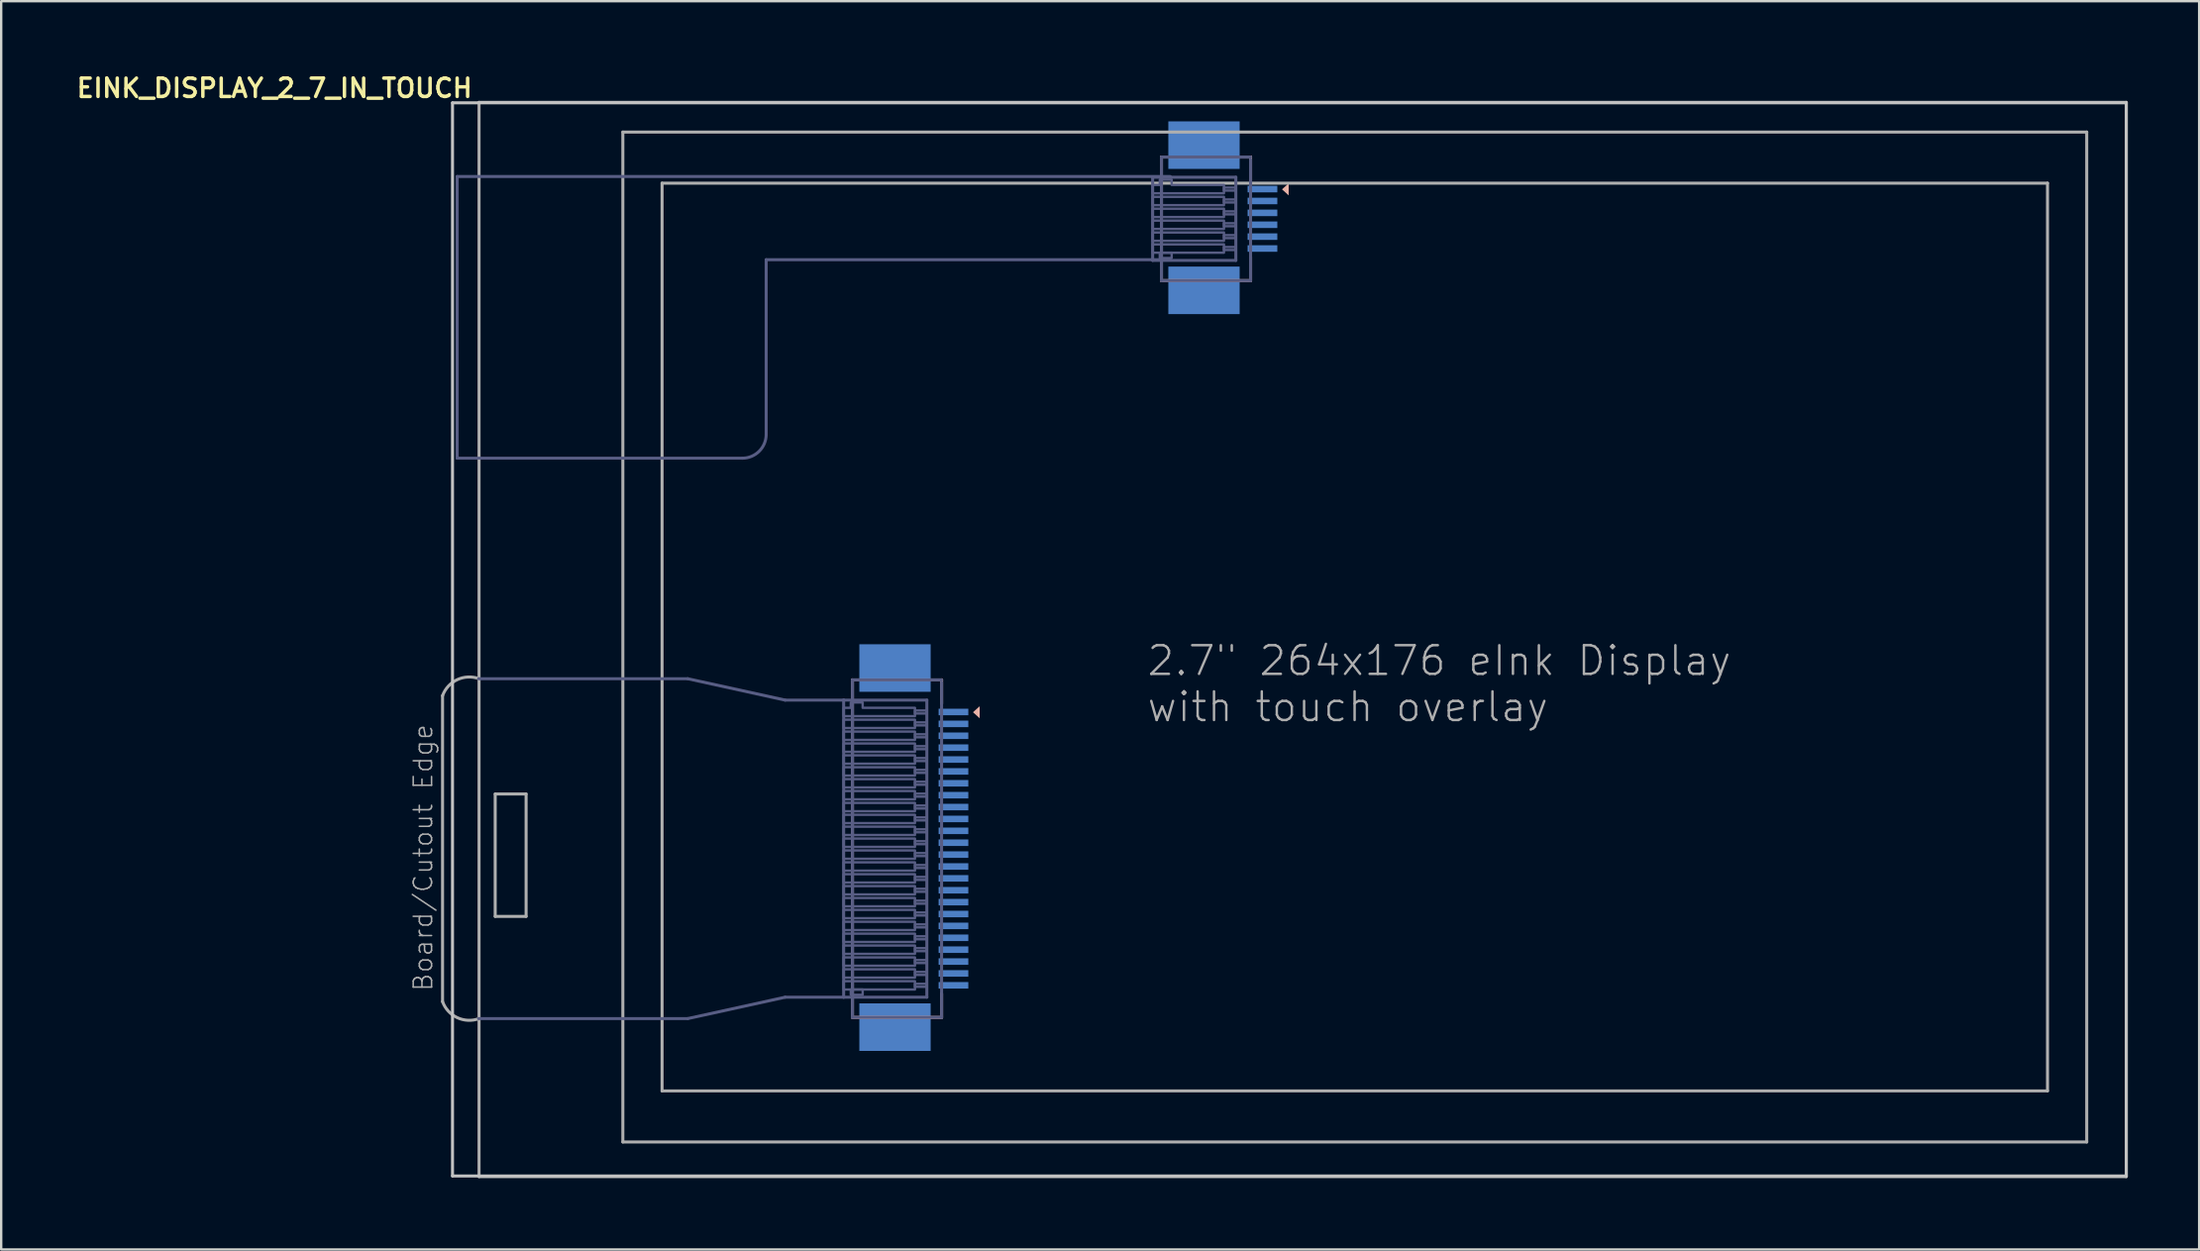
<source format=kicad_pcb>
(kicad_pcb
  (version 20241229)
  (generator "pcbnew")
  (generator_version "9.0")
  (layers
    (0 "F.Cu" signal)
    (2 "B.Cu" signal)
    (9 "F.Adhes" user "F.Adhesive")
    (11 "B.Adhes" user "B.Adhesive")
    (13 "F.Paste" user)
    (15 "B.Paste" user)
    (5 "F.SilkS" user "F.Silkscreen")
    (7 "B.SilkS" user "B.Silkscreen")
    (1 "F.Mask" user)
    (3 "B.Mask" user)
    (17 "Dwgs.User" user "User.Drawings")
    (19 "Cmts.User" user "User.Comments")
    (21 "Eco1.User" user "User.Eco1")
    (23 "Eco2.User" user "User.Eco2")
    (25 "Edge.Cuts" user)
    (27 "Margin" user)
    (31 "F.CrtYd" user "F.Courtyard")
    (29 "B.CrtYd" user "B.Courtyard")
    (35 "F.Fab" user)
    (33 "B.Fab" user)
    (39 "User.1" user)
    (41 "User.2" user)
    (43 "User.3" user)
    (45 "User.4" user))
  (footprint "EINK_DISPLAY_2_7_IN_TOUCH"
    (layer "F.Cu")
    (at 17.184 1.227)
    (property "Reference" "EINK_DISPLAY_2_7_IN_TOUCH" (at -0.28 -1.021 0) (layer "F.SilkS") (effects (font (size 0.772 0.772) (thickness 0.146)) (justify right top)))
    (attr through_hole)
    (fp_line (start 15.63 24.329) (end 15.63 38.529) (stroke (width 0.127) (type solid)) (layer "B.SilkS"))
    (fp_line (start 15.63 38.529) (end 19.38 38.529) (stroke (width 0.127) (type solid)) (layer "B.SilkS"))
    (fp_line (start 19.38 24.329) (end 15.63 24.329) (stroke (width 0.127) (type solid)) (layer "B.SilkS"))
    (fp_line (start 19.38 25.329) (end 19.38 24.329) (stroke (width 0.127) (type solid)) (layer "B.SilkS"))
    (fp_line (start 19.38 38.529) (end 19.38 37.529) (stroke (width 0.127) (type solid)) (layer "B.SilkS"))
    (fp_line (start 28.63 2.329) (end 28.63 7.529) (stroke (width 0.127) (type solid)) (layer "B.SilkS"))
    (fp_line (start 28.63 7.529) (end 32.38 7.529) (stroke (width 0.127) (type solid)) (layer "B.SilkS"))
    (fp_line (start 32.38 2.329) (end 28.63 2.329) (stroke (width 0.127) (type solid)) (layer "B.SilkS"))
    (fp_line (start 32.38 3.329) (end 32.38 2.329) (stroke (width 0.127) (type solid)) (layer "B.SilkS"))
    (fp_line (start 32.38 7.529) (end 32.38 6.529) (stroke (width 0.127) (type solid)) (layer "B.SilkS"))
    (fp_poly (pts (xy 20.983 25.435) (xy 20.983 25.943) (xy 20.702 25.689)) (stroke (width 0) (type solid)) (fill yes) (layer "B.SilkS"))
    (fp_poly (pts (xy 33.983 3.435) (xy 33.983 3.943) (xy 33.702 3.689)) (stroke (width 0) (type solid)) (fill yes) (layer "B.SilkS"))
    (fp_line (start -1.196 0.049) (end -1.196 45.201) (stroke (width 0.127) (type solid)) (layer "Dwgs.User"))
    (fp_line (start -1.196 45.201) (end 69.224 45.201) (stroke (width 0.127) (type solid)) (layer "Dwgs.User"))
    (fp_line (start 69.224 0.049) (end -1.196 0.049) (stroke (width 0.127) (type solid)) (layer "Dwgs.User"))
    (fp_line (start 69.224 45.201) (end 69.224 0.049) (stroke (width 0.127) (type solid)) (layer "Dwgs.User"))
    (fp_line (start -1 3.15) (end -1 15) (stroke (width 0.127) (type solid)) (layer "B.Fab"))
    (fp_line (start -1 3.15) (end 29 3.15) (stroke (width 0.127) (type solid)) (layer "B.Fab"))
    (fp_line (start -1 15) (end 11 15) (stroke (width 0.127) (type solid)) (layer "B.Fab"))
    (fp_line (start -0.1 24.279) (end 8.7 24.279) (stroke (width 0.127) (type solid)) (layer "B.Fab"))
    (fp_line (start -0.1 38.579) (end 8.7 38.579) (stroke (width 0.127) (type solid)) (layer "B.Fab"))
    (fp_line (start 8.7 24.279) (end 12.8 25.179) (stroke (width 0.127) (type solid)) (layer "B.Fab"))
    (fp_line (start 8.7 38.579) (end 12.8 37.679) (stroke (width 0.127) (type solid)) (layer "B.Fab"))
    (fp_line (start 12 6.65) (end 29 6.65) (stroke (width 0.127) (type solid)) (layer "B.Fab"))
    (fp_line (start 12 14) (end 12 6.65) (stroke (width 0.127) (type solid)) (layer "B.Fab"))
    (fp_line (start 12.8 25.179) (end 15.26 25.179) (stroke (width 0.127) (type solid)) (layer "B.Fab"))
    (fp_line (start 15.26 25.179) (end 18.76 25.179) (stroke (width 0.127) (type solid)) (layer "B.Fab"))
    (fp_line (start 15.26 37.679) (end 12.8 37.679) (stroke (width 0.127) (type solid)) (layer "B.Fab"))
    (fp_line (start 15.26 37.679) (end 15.26 25.179) (stroke (width 0.127) (type solid)) (layer "B.Fab"))
    (fp_line (start 15.63 24.329) (end 19.38 24.329) (stroke (width 0.127) (type solid)) (layer "B.Fab"))
    (fp_line (start 15.63 38.529) (end 15.63 24.329) (stroke (width 0.127) (type solid)) (layer "B.Fab"))
    (fp_line (start 18.76 25.179) (end 18.76 37.679) (stroke (width 0.127) (type solid)) (layer "B.Fab"))
    (fp_line (start 18.76 37.679) (end 15.26 37.679) (stroke (width 0.127) (type solid)) (layer "B.Fab"))
    (fp_line (start 19.38 24.429) (end 19.38 38.529) (stroke (width 0.127) (type solid)) (layer "B.Fab"))
    (fp_line (start 19.38 38.529) (end 15.63 38.529) (stroke (width 0.127) (type solid)) (layer "B.Fab"))
    (fp_line (start 28.26 3.179) (end 31.76 3.179) (stroke (width 0.127) (type solid)) (layer "B.Fab"))
    (fp_line (start 28.26 6.679) (end 28.26 3.179) (stroke (width 0.127) (type solid)) (layer "B.Fab"))
    (fp_line (start 28.63 2.329) (end 32.38 2.329) (stroke (width 0.127) (type solid)) (layer "B.Fab"))
    (fp_line (start 28.63 7.529) (end 28.63 2.329) (stroke (width 0.127) (type solid)) (layer "B.Fab"))
    (fp_line (start 31.76 3.179) (end 31.76 6.679) (stroke (width 0.127) (type solid)) (layer "B.Fab"))
    (fp_line (start 31.76 6.679) (end 28.26 6.679) (stroke (width 0.127) (type solid)) (layer "B.Fab"))
    (fp_line (start 32.38 2.429) (end 32.38 7.529) (stroke (width 0.127) (type solid)) (layer "B.Fab"))
    (fp_line (start 32.38 7.529) (end 28.63 7.529) (stroke (width 0.127) (type solid)) (layer "B.Fab"))
    (fp_arc (start 12 14) (mid 11.707107 14.707107) (end 11 15) (stroke (width 0.127) (type solid)) (layer "B.Fab"))
    (fp_poly (pts (xy 15.26 26.354) (xy 18.26 26.354) (xy 18.26 26.004) (xy 15.26 26.004)) (stroke (width 0.1) (type solid)) (fill no) (layer "B.Fab"))
    (fp_poly (pts (xy 15.26 26.854) (xy 18.26 26.854) (xy 18.26 26.504) (xy 15.26 26.504)) (stroke (width 0.1) (type solid)) (fill no) (layer "B.Fab"))
    (fp_poly (pts (xy 15.26 27.354) (xy 18.26 27.354) (xy 18.26 27.004) (xy 15.26 27.004)) (stroke (width 0.1) (type solid)) (fill no) (layer "B.Fab"))
    (fp_poly (pts (xy 15.26 27.854) (xy 18.26 27.854) (xy 18.26 27.504) (xy 15.26 27.504)) (stroke (width 0.1) (type solid)) (fill no) (layer "B.Fab"))
    (fp_poly (pts (xy 15.26 28.354) (xy 18.26 28.354) (xy 18.26 28.004) (xy 15.26 28.004)) (stroke (width 0.1) (type solid)) (fill no) (layer "B.Fab"))
    (fp_poly (pts (xy 15.26 28.854) (xy 18.26 28.854) (xy 18.26 28.504) (xy 15.26 28.504)) (stroke (width 0.1) (type solid)) (fill no) (layer "B.Fab"))
    (fp_poly (pts (xy 15.26 29.354) (xy 18.26 29.354) (xy 18.26 29.004) (xy 15.26 29.004)) (stroke (width 0.1) (type solid)) (fill no) (layer "B.Fab"))
    (fp_poly (pts (xy 15.26 29.854) (xy 18.26 29.854) (xy 18.26 29.504) (xy 15.26 29.504)) (stroke (width 0.1) (type solid)) (fill no) (layer "B.Fab"))
    (fp_poly (pts (xy 15.26 30.354) (xy 18.26 30.354) (xy 18.26 30.004) (xy 15.26 30.004)) (stroke (width 0.1) (type solid)) (fill no) (layer "B.Fab"))
    (fp_poly (pts (xy 15.26 30.854) (xy 18.26 30.854) (xy 18.26 30.504) (xy 15.26 30.504)) (stroke (width 0.1) (type solid)) (fill no) (layer "B.Fab"))
    (fp_poly (pts (xy 15.26 31.354) (xy 18.26 31.354) (xy 18.26 31.004) (xy 15.26 31.004)) (stroke (width 0.1) (type solid)) (fill no) (layer "B.Fab"))
    (fp_poly (pts (xy 15.26 31.854) (xy 18.26 31.854) (xy 18.26 31.504) (xy 15.26 31.504)) (stroke (width 0.1) (type solid)) (fill no) (layer "B.Fab"))
    (fp_poly (pts (xy 15.26 32.354) (xy 18.26 32.354) (xy 18.26 32.004) (xy 15.26 32.004)) (stroke (width 0.1) (type solid)) (fill no) (layer "B.Fab"))
    (fp_poly (pts (xy 15.26 32.854) (xy 18.26 32.854) (xy 18.26 32.504) (xy 15.26 32.504)) (stroke (width 0.1) (type solid)) (fill no) (layer "B.Fab"))
    (fp_poly (pts (xy 15.26 33.354) (xy 18.26 33.354) (xy 18.26 33.004) (xy 15.26 33.004)) (stroke (width 0.1) (type solid)) (fill no) (layer "B.Fab"))
    (fp_poly (pts (xy 15.26 33.854) (xy 18.26 33.854) (xy 18.26 33.504) (xy 15.26 33.504)) (stroke (width 0.1) (type solid)) (fill no) (layer "B.Fab"))
    (fp_poly (pts (xy 15.26 34.354) (xy 18.26 34.354) (xy 18.26 34.004) (xy 15.26 34.004)) (stroke (width 0.1) (type solid)) (fill no) (layer "B.Fab"))
    (fp_poly (pts (xy 15.26 34.854) (xy 18.26 34.854) (xy 18.26 34.504) (xy 15.26 34.504)) (stroke (width 0.1) (type solid)) (fill no) (layer "B.Fab"))
    (fp_poly (pts (xy 15.26 35.354) (xy 18.26 35.354) (xy 18.26 35.004) (xy 15.26 35.004)) (stroke (width 0.1) (type solid)) (fill no) (layer "B.Fab"))
    (fp_poly (pts (xy 15.26 35.854) (xy 18.26 35.854) (xy 18.26 35.504) (xy 15.26 35.504)) (stroke (width 0.1) (type solid)) (fill no) (layer "B.Fab"))
    (fp_poly (pts (xy 15.26 36.354) (xy 18.26 36.354) (xy 18.26 36.004) (xy 15.26 36.004)) (stroke (width 0.1) (type solid)) (fill no) (layer "B.Fab"))
    (fp_poly (pts (xy 15.26 36.854) (xy 18.26 36.854) (xy 18.26 36.504) (xy 15.26 36.504)) (stroke (width 0.1) (type solid)) (fill no) (layer "B.Fab"))
    (fp_poly (pts (xy 15.26 37.354) (xy 18.26 37.354) (xy 18.26 37.004) (xy 15.26 37.004)) (stroke (width 0.1) (type solid)) (fill no) (layer "B.Fab"))
    (fp_poly (pts (xy 15.56 37.579) (xy 16.06 37.579) (xy 16.06 37.354) (xy 15.56 37.354)) (stroke (width 0.1) (type solid)) (fill no) (layer "B.Fab"))
    (fp_poly (pts (xy 18.26 25.616) (xy 18.76 25.616) (xy 18.76 25.741) (xy 18.26 25.741)) (stroke (width 0.1) (type solid)) (fill no) (layer "B.Fab"))
    (fp_poly (pts (xy 18.26 26.116) (xy 18.76 26.116) (xy 18.76 26.241) (xy 18.26 26.241)) (stroke (width 0.1) (type solid)) (fill no) (layer "B.Fab"))
    (fp_poly (pts (xy 18.26 26.616) (xy 18.76 26.616) (xy 18.76 26.741) (xy 18.26 26.741)) (stroke (width 0.1) (type solid)) (fill no) (layer "B.Fab"))
    (fp_poly (pts (xy 18.26 27.116) (xy 18.76 27.116) (xy 18.76 27.241) (xy 18.26 27.241)) (stroke (width 0.1) (type solid)) (fill no) (layer "B.Fab"))
    (fp_poly (pts (xy 18.26 27.616) (xy 18.76 27.616) (xy 18.76 27.741) (xy 18.26 27.741)) (stroke (width 0.1) (type solid)) (fill no) (layer "B.Fab"))
    (fp_poly (pts (xy 18.26 28.116) (xy 18.76 28.116) (xy 18.76 28.241) (xy 18.26 28.241)) (stroke (width 0.1) (type solid)) (fill no) (layer "B.Fab"))
    (fp_poly (pts (xy 18.26 28.616) (xy 18.76 28.616) (xy 18.76 28.741) (xy 18.26 28.741)) (stroke (width 0.1) (type solid)) (fill no) (layer "B.Fab"))
    (fp_poly (pts (xy 18.26 29.116) (xy 18.76 29.116) (xy 18.76 29.241) (xy 18.26 29.241)) (stroke (width 0.1) (type solid)) (fill no) (layer "B.Fab"))
    (fp_poly (pts (xy 18.26 29.616) (xy 18.76 29.616) (xy 18.76 29.741) (xy 18.26 29.741)) (stroke (width 0.1) (type solid)) (fill no) (layer "B.Fab"))
    (fp_poly (pts (xy 18.26 30.116) (xy 18.76 30.116) (xy 18.76 30.241) (xy 18.26 30.241)) (stroke (width 0.1) (type solid)) (fill no) (layer "B.Fab"))
    (fp_poly (pts (xy 18.26 30.616) (xy 18.76 30.616) (xy 18.76 30.741) (xy 18.26 30.741)) (stroke (width 0.1) (type solid)) (fill no) (layer "B.Fab"))
    (fp_poly (pts (xy 18.26 31.116) (xy 18.76 31.116) (xy 18.76 31.241) (xy 18.26 31.241)) (stroke (width 0.1) (type solid)) (fill no) (layer "B.Fab"))
    (fp_poly (pts (xy 18.26 31.616) (xy 18.76 31.616) (xy 18.76 31.741) (xy 18.26 31.741)) (stroke (width 0.1) (type solid)) (fill no) (layer "B.Fab"))
    (fp_poly (pts (xy 18.26 32.117) (xy 18.76 32.117) (xy 18.76 32.242) (xy 18.26 32.242)) (stroke (width 0.1) (type solid)) (fill no) (layer "B.Fab"))
    (fp_poly (pts (xy 18.26 32.617) (xy 18.76 32.617) (xy 18.76 32.742) (xy 18.26 32.742)) (stroke (width 0.1) (type solid)) (fill no) (layer "B.Fab"))
    (fp_poly (pts (xy 18.26 33.117) (xy 18.76 33.117) (xy 18.76 33.242) (xy 18.26 33.242)) (stroke (width 0.1) (type solid)) (fill no) (layer "B.Fab"))
    (fp_poly (pts (xy 18.26 33.617) (xy 18.76 33.617) (xy 18.76 33.742) (xy 18.26 33.742)) (stroke (width 0.1) (type solid)) (fill no) (layer "B.Fab"))
    (fp_poly (pts (xy 18.26 34.117) (xy 18.76 34.117) (xy 18.76 34.242) (xy 18.26 34.242)) (stroke (width 0.1) (type solid)) (fill no) (layer "B.Fab"))
    (fp_poly (pts (xy 18.26 34.617) (xy 18.76 34.617) (xy 18.76 34.742) (xy 18.26 34.742)) (stroke (width 0.1) (type solid)) (fill no) (layer "B.Fab"))
    (fp_poly (pts (xy 18.26 35.117) (xy 18.76 35.117) (xy 18.76 35.242) (xy 18.26 35.242)) (stroke (width 0.1) (type solid)) (fill no) (layer "B.Fab"))
    (fp_poly (pts (xy 18.26 35.617) (xy 18.76 35.617) (xy 18.76 35.742) (xy 18.26 35.742)) (stroke (width 0.1) (type solid)) (fill no) (layer "B.Fab"))
    (fp_poly (pts (xy 18.26 36.117) (xy 18.76 36.117) (xy 18.76 36.242) (xy 18.26 36.242)) (stroke (width 0.1) (type solid)) (fill no) (layer "B.Fab"))
    (fp_poly (pts (xy 18.26 36.617) (xy 18.76 36.617) (xy 18.76 36.742) (xy 18.26 36.742)) (stroke (width 0.1) (type solid)) (fill no) (layer "B.Fab"))
    (fp_poly (pts (xy 18.26 37.117) (xy 18.76 37.117) (xy 18.76 37.242) (xy 18.26 37.242)) (stroke (width 0.1) (type solid)) (fill no) (layer "B.Fab"))
    (fp_poly (pts (xy 28.26 4.354) (xy 31.26 4.354) (xy 31.26 4.004) (xy 28.26 4.004)) (stroke (width 0.1) (type solid)) (fill no) (layer "B.Fab"))
    (fp_poly (pts (xy 28.26 4.854) (xy 31.26 4.854) (xy 31.26 4.504) (xy 28.26 4.504)) (stroke (width 0.1) (type solid)) (fill no) (layer "B.Fab"))
    (fp_poly (pts (xy 28.26 5.354) (xy 31.26 5.354) (xy 31.26 5.004) (xy 28.26 5.004)) (stroke (width 0.1) (type solid)) (fill no) (layer "B.Fab"))
    (fp_poly (pts (xy 28.26 5.854) (xy 31.26 5.854) (xy 31.26 5.504) (xy 28.26 5.504)) (stroke (width 0.1) (type solid)) (fill no) (layer "B.Fab"))
    (fp_poly (pts (xy 28.26 6.354) (xy 31.26 6.354) (xy 31.26 6.004) (xy 28.26 6.004)) (stroke (width 0.1) (type solid)) (fill no) (layer "B.Fab"))
    (fp_poly (pts (xy 28.56 6.579) (xy 29.06 6.579) (xy 29.06 6.354) (xy 28.56 6.354)) (stroke (width 0.1) (type solid)) (fill no) (layer "B.Fab"))
    (fp_poly (pts (xy 31.26 3.616) (xy 31.76 3.616) (xy 31.76 3.741) (xy 31.26 3.741)) (stroke (width 0.1) (type solid)) (fill no) (layer "B.Fab"))
    (fp_poly (pts (xy 31.26 4.117) (xy 31.76 4.117) (xy 31.76 4.242) (xy 31.26 4.242)) (stroke (width 0.1) (type solid)) (fill no) (layer "B.Fab"))
    (fp_poly (pts (xy 31.26 4.617) (xy 31.76 4.617) (xy 31.76 4.742) (xy 31.26 4.742)) (stroke (width 0.1) (type solid)) (fill no) (layer "B.Fab"))
    (fp_poly (pts (xy 31.26 5.117) (xy 31.76 5.117) (xy 31.76 5.242) (xy 31.26 5.242)) (stroke (width 0.1) (type solid)) (fill no) (layer "B.Fab"))
    (fp_poly (pts (xy 31.26 5.617) (xy 31.76 5.617) (xy 31.76 5.742) (xy 31.26 5.742)) (stroke (width 0.1) (type solid)) (fill no) (layer "B.Fab"))
    (fp_poly (pts (xy 31.26 6.117) (xy 31.76 6.117) (xy 31.76 6.242) (xy 31.26 6.242)) (stroke (width 0.1) (type solid)) (fill no) (layer "B.Fab"))
    (fp_poly (pts (xy 15.26 25.854) (xy 18.26 25.854) (xy 18.26 25.504) (xy 16.06 25.504) (xy 16.06 25.279) (xy 15.56 25.279) (xy 15.56 25.504) (xy 15.26 25.504)) (stroke (width 0.1) (type solid)) (fill no) (layer "B.Fab"))
    (fp_poly (pts (xy 28.26 3.854) (xy 31.26 3.854) (xy 31.26 3.504) (xy 29.06 3.504) (xy 29.06 3.279) (xy 28.56 3.279) (xy 28.56 3.504) (xy 28.26 3.504)) (stroke (width 0.1) (type solid)) (fill no) (layer "B.Fab"))
    (fp_line (start -1.615 24.994) (end -1.615 37.864) (stroke (width 0.127) (type solid)) (layer "F.Fab"))
    (fp_line (start -0.08 0.029) (end 69.22 0.029) (stroke (width 0.127) (type solid)) (layer "F.Fab"))
    (fp_line (start -0.08 24.279) (end -0.08 0.029) (stroke (width 0.127) (type solid)) (layer "F.Fab"))
    (fp_line (start -0.08 38.579) (end -0.08 24.279) (stroke (width 0.127) (type solid)) (layer "F.Fab"))
    (fp_line (start -0.08 45.229) (end -0.08 38.579) (stroke (width 0.127) (type solid)) (layer "F.Fab"))
    (fp_line (start 0.6 29.129) (end 0.6 34.279) (stroke (width 0.127) (type solid)) (layer "F.Fab"))
    (fp_line (start 0.6 34.279) (end 1.9 34.279) (stroke (width 0.127) (type solid)) (layer "F.Fab"))
    (fp_line (start 1.9 29.129) (end 0.6 29.129) (stroke (width 0.127) (type solid)) (layer "F.Fab"))
    (fp_line (start 1.9 34.279) (end 1.9 29.129) (stroke (width 0.127) (type solid)) (layer "F.Fab"))
    (fp_line (start 5.97 1.279) (end 67.558 1.279) (stroke (width 0.127) (type solid)) (layer "F.Fab"))
    (fp_line (start 5.97 43.771) (end 5.97 1.279) (stroke (width 0.127) (type solid)) (layer "F.Fab"))
    (fp_line (start 7.62 3.429) (end 65.908 3.429) (stroke (width 0.127) (type solid)) (layer "F.Fab"))
    (fp_line (start 7.62 41.621) (end 7.62 3.429) (stroke (width 0.127) (type solid)) (layer "F.Fab"))
    (fp_line (start 65.908 3.429) (end 65.908 41.621) (stroke (width 0.127) (type solid)) (layer "F.Fab"))
    (fp_line (start 65.908 41.621) (end 7.62 41.621) (stroke (width 0.127) (type solid)) (layer "F.Fab"))
    (fp_line (start 67.558 1.279) (end 67.558 43.771) (stroke (width 0.127) (type solid)) (layer "F.Fab"))
    (fp_line (start 67.558 43.771) (end 5.97 43.771) (stroke (width 0.127) (type solid)) (layer "F.Fab"))
    (fp_line (start 69.22 0.029) (end 69.22 45.229) (stroke (width 0.127) (type solid)) (layer "F.Fab"))
    (fp_line (start 69.22 45.229) (end -0.08 45.229) (stroke (width 0.127) (type solid)) (layer "F.Fab"))
    (fp_arc (start -1.614999 24.994001) (mid -0.995581 24.318592) (end -0.08 24.279) (stroke (width 0.127) (type solid)) (layer "F.Fab"))
    (fp_arc (start -0.079999 38.579001) (mid -0.995581 38.53941) (end -1.615 37.864) (stroke (width 0.127) (type solid)) (layer "F.Fab"))
    (fp_text user "Board/Cutout Edge" (at -1.98 37.479 90) (layer "F.Fab") (effects (font (size 0.772 0.772) (thickness 0.065)) (justify left bottom)))
    (fp_text user "2.7\" 264x176 eInk Display\nwith touch overlay" (at 27.96 26.169 0) (layer "F.Fab") (effects (font (size 1.206 1.206) (thickness 0.102)) (justify left bottom)))
    (pad "1" smd rect (at 19.88 25.679 270) (size 0.275 1.25) (layers "B.Cu" "B.Mask" "B.Paste"))
    (pad "2" smd rect (at 19.88 26.179 270) (size 0.275 1.25) (layers "B.Cu" "B.Mask" "B.Paste"))
    (pad "3" smd rect (at 19.88 26.679 270) (size 0.275 1.25) (layers "B.Cu" "B.Mask" "B.Paste"))
    (pad "4" smd rect (at 19.88 27.179 270) (size 0.275 1.25) (layers "B.Cu" "B.Mask" "B.Paste"))
    (pad "5" smd rect (at 19.88 27.679 270) (size 0.275 1.25) (layers "B.Cu" "B.Mask" "B.Paste"))
    (pad "6" smd rect (at 19.88 28.179 270) (size 0.275 1.25) (layers "B.Cu" "B.Mask" "B.Paste"))
    (pad "7" smd rect (at 19.88 28.679 270) (size 0.275 1.25) (layers "B.Cu" "B.Mask" "B.Paste"))
    (pad "8" smd rect (at 19.88 29.179 270) (size 0.275 1.25) (layers "B.Cu" "B.Mask" "B.Paste"))
    (pad "9" smd rect (at 19.88 29.679 270) (size 0.275 1.25) (layers "B.Cu" "B.Mask" "B.Paste"))
    (pad "10" smd rect (at 19.88 30.179 270) (size 0.275 1.25) (layers "B.Cu" "B.Mask" "B.Paste"))
    (pad "11" smd rect (at 19.88 30.679 270) (size 0.275 1.25) (layers "B.Cu" "B.Mask" "B.Paste"))
    (pad "12" smd rect (at 19.88 31.179 270) (size 0.275 1.25) (layers "B.Cu" "B.Mask" "B.Paste"))
    (pad "13" smd rect (at 19.88 31.679 270) (size 0.275 1.25) (layers "B.Cu" "B.Mask" "B.Paste"))
    (pad "14" smd rect (at 19.88 32.179 270) (size 0.275 1.25) (layers "B.Cu" "B.Mask" "B.Paste"))
    (pad "15" smd rect (at 19.88 32.679 270) (size 0.275 1.25) (layers "B.Cu" "B.Mask" "B.Paste"))
    (pad "16" smd rect (at 19.88 33.179 270) (size 0.275 1.25) (layers "B.Cu" "B.Mask" "B.Paste"))
    (pad "17" smd rect (at 19.88 33.679 270) (size 0.275 1.25) (layers "B.Cu" "B.Mask" "B.Paste"))
    (pad "18" smd rect (at 19.88 34.179 270) (size 0.275 1.25) (layers "B.Cu" "B.Mask" "B.Paste"))
    (pad "19" smd rect (at 19.88 34.679 270) (size 0.275 1.25) (layers "B.Cu" "B.Mask" "B.Paste"))
    (pad "20" smd rect (at 19.88 35.179 270) (size 0.275 1.25) (layers "B.Cu" "B.Mask" "B.Paste"))
    (pad "21" smd rect (at 19.88 35.679 270) (size 0.275 1.25) (layers "B.Cu" "B.Mask" "B.Paste"))
    (pad "22" smd rect (at 19.88 36.179 270) (size 0.275 1.25) (layers "B.Cu" "B.Mask" "B.Paste"))
    (pad "23" smd rect (at 19.88 36.679 270) (size 0.275 1.25) (layers "B.Cu" "B.Mask" "B.Paste"))
    (pad "24" smd rect (at 19.88 37.179 270) (size 0.275 1.25) (layers "B.Cu" "B.Mask" "B.Paste"))
    (pad "25" smd rect (at 32.88 3.679 270) (size 0.275 1.25) (layers "B.Cu" "B.Mask" "B.Paste"))
    (pad "26" smd rect (at 32.88 4.179 270) (size 0.275 1.25) (layers "B.Cu" "B.Mask" "B.Paste"))
    (pad "27" smd rect (at 32.88 4.679 270) (size 0.275 1.25) (layers "B.Cu" "B.Mask" "B.Paste"))
    (pad "28" smd rect (at 32.88 5.179 270) (size 0.275 1.25) (layers "B.Cu" "B.Mask" "B.Paste"))
    (pad "29" smd rect (at 32.88 5.679 270) (size 0.275 1.25) (layers "B.Cu" "B.Mask" "B.Paste"))
    (pad "30" smd rect (at 32.88 6.179 270) (size 0.275 1.25) (layers "B.Cu" "B.Mask" "B.Paste"))
    (pad "SPRT1" smd rect (at 17.42 23.829) (size 3 2) (layers "B.Cu" "B.Mask" "B.Paste"))
    (pad "SPRT2" smd rect (at 17.42 38.939) (size 3 2) (layers "B.Cu" "B.Mask" "B.Paste"))
    (pad "SPRT3" smd rect (at 30.42 1.829) (size 3 2) (layers "B.Cu" "B.Mask" "B.Paste"))
    (pad "SPRT4" smd rect (at 30.42 7.939) (size 3 2) (layers "B.Cu" "B.Mask" "B.Paste")))
  (gr_rect
    (start -3 -3)
    (end 89.472 49.519)
    (stroke (width 0.1) (type default))
    (fill no)
    (layer "Edge.Cuts")))
</source>
